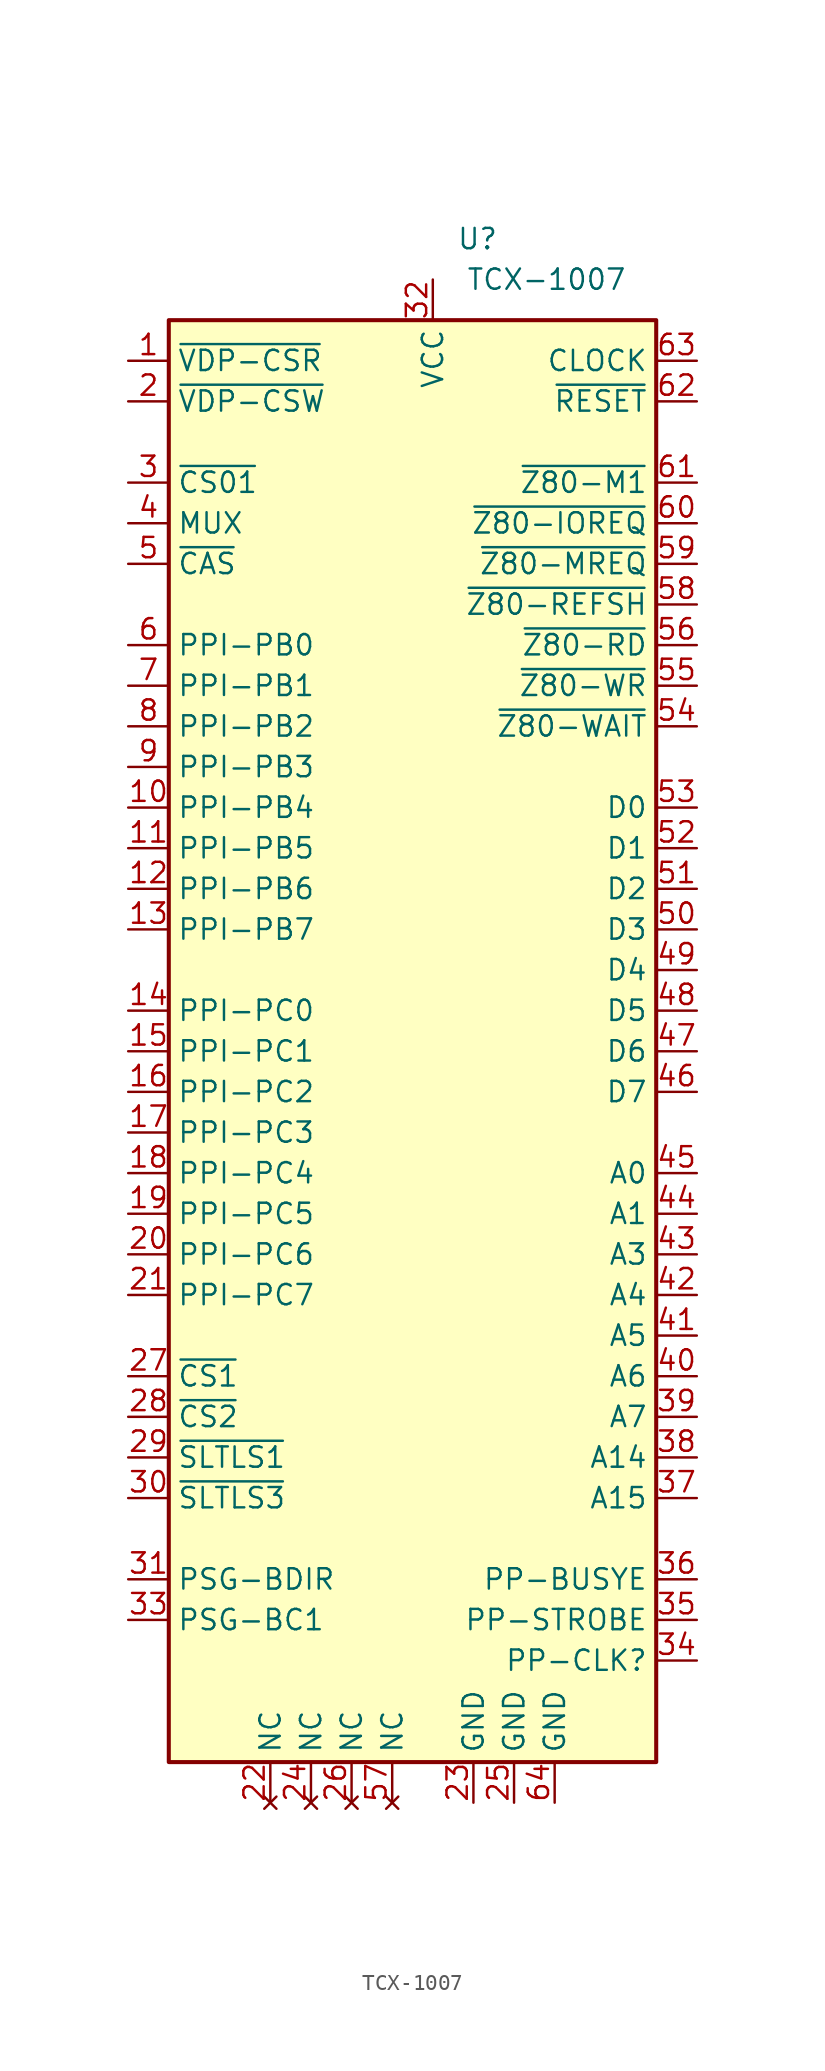
<source format=kicad_sym>
(kicad_symbol_lib
  (version 20231120)
  (generator "kicad_symbol_editor")
  (generator_version "8.0")
  (symbol "TCX-1007"
    (property "Reference" "U"
      (at 2.794 100.33 0)
      (effects (font (size 1.27 1.27))))
    (property "Value" "TCX-1007"
      (at 7.112 97.79 0)
      (effects (font (size 1.27 1.27))))
    (symbol "TCX-1007_1_1"
      (rectangle (start -16.51 95.25) (end 13.97 5.08) (stroke (width 0.254) (type default)) (fill (type background)))
      (pin output line (at -19.05 92.71 0) (length 2.54) (name "~{VDP-CSR}" (effects (font (size 1.27 1.27)))) (number "1" (effects (font (size 1.27 1.27)))))
      (pin input line (at -19.05 64.77 0) (length 2.54) (name "PPI-PB4" (effects (font (size 1.27 1.27)))) (number "10" (effects (font (size 1.27 1.27)))))
      (pin input line (at -19.05 62.23 0) (length 2.54) (name "PPI-PB5" (effects (font (size 1.27 1.27)))) (number "11" (effects (font (size 1.27 1.27)))))
      (pin input line (at -19.05 59.69 0) (length 2.54) (name "PPI-PB6" (effects (font (size 1.27 1.27)))) (number "12" (effects (font (size 1.27 1.27)))))
      (pin input line (at -19.05 57.15 0) (length 2.54) (name "PPI-PB7" (effects (font (size 1.27 1.27)))) (number "13" (effects (font (size 1.27 1.27)))))
      (pin output line (at -19.05 52.07 0) (length 2.54) (name "PPI-PC0" (effects (font (size 1.27 1.27)))) (number "14" (effects (font (size 1.27 1.27)))))
      (pin output line (at -19.05 49.53 0) (length 2.54) (name "PPI-PC1" (effects (font (size 1.27 1.27)))) (number "15" (effects (font (size 1.27 1.27)))))
      (pin output line (at -19.05 46.99 0) (length 2.54) (name "PPI-PC2" (effects (font (size 1.27 1.27)))) (number "16" (effects (font (size 1.27 1.27)))))
      (pin output line (at -19.05 44.45 0) (length 2.54) (name "PPI-PC3" (effects (font (size 1.27 1.27)))) (number "17" (effects (font (size 1.27 1.27)))))
      (pin output line (at -19.05 41.91 0) (length 2.54) (name "PPI-PC4" (effects (font (size 1.27 1.27)))) (number "18" (effects (font (size 1.27 1.27)))))
      (pin output line (at -19.05 39.37 0) (length 2.54) (name "PPI-PC5" (effects (font (size 1.27 1.27)))) (number "19" (effects (font (size 1.27 1.27)))))
      (pin output line (at -19.05 90.17 0) (length 2.54) (name "~{VDP-CSW}" (effects (font (size 1.27 1.27)))) (number "2" (effects (font (size 1.27 1.27)))))
      (pin output line (at -19.05 36.83 0) (length 2.54) (name "PPI-PC6" (effects (font (size 1.27 1.27)))) (number "20" (effects (font (size 1.27 1.27)))))
      (pin output line (at -19.05 34.29 0) (length 2.54) (name "PPI-PC7" (effects (font (size 1.27 1.27)))) (number "21" (effects (font (size 1.27 1.27)))))
      (pin no_connect line (at -10.16 2.54 90) (length 2.54) (name "NC" (effects (font (size 1.27 1.27)))) (number "22" (effects (font (size 1.27 1.27)))))
      (pin power_in line (at 2.54 2.54 90) (length 2.54) (name "GND" (effects (font (size 1.27 1.27)))) (number "23" (effects (font (size 1.27 1.27)))))
      (pin no_connect line (at -7.62 2.54 90) (length 2.54) (name "NC" (effects (font (size 1.27 1.27)))) (number "24" (effects (font (size 1.27 1.27)))))
      (pin power_in line (at 5.08 2.54 90) (length 2.54) (name "GND" (effects (font (size 1.27 1.27)))) (number "25" (effects (font (size 1.27 1.27)))))
      (pin no_connect line (at -5.08 2.54 90) (length 2.54) (name "NC" (effects (font (size 1.27 1.27)))) (number "26" (effects (font (size 1.27 1.27)))))
      (pin output line (at -19.05 29.21 0) (length 2.54) (name "~{CS1}" (effects (font (size 1.27 1.27)))) (number "27" (effects (font (size 1.27 1.27)))))
      (pin output line (at -19.05 26.67 0) (length 2.54) (name "~{CS2}" (effects (font (size 1.27 1.27)))) (number "28" (effects (font (size 1.27 1.27)))))
      (pin output line (at -19.05 24.13 0) (length 2.54) (name "~{SLTLS1}" (effects (font (size 1.27 1.27)))) (number "29" (effects (font (size 1.27 1.27)))))
      (pin output line (at -19.05 85.09 0) (length 2.54) (name "~{CS01}" (effects (font (size 1.27 1.27)))) (number "3" (effects (font (size 1.27 1.27)))))
      (pin output line (at -19.05 21.59 0) (length 2.54) (name "~{SLTLS3}" (effects (font (size 1.27 1.27)))) (number "30" (effects (font (size 1.27 1.27)))))
      (pin output line (at -19.05 16.51 0) (length 2.54) (name "PSG-BDIR" (effects (font (size 1.27 1.27)))) (number "31" (effects (font (size 1.27 1.27)))))
      (pin power_in line (at 0 97.79 270) (length 2.54) (name "VCC" (effects (font (size 1.27 1.27)))) (number "32" (effects (font (size 1.27 1.27)))))
      (pin output line (at -19.05 13.97 0) (length 2.54) (name "PSG-BC1" (effects (font (size 1.27 1.27)))) (number "33" (effects (font (size 1.27 1.27)))))
      (pin output line (at 16.51 11.43 180) (length 2.54) (name "PP-CLK?" (effects (font (size 1.27 1.27)))) (number "34" (effects (font (size 1.27 1.27)))))
      (pin output line (at 16.51 13.97 180) (length 2.54) (name "PP-STROBE" (effects (font (size 1.27 1.27)))) (number "35" (effects (font (size 1.27 1.27)))))
      (pin output line (at 16.51 16.51 180) (length 2.54) (name "PP-BUSYE" (effects (font (size 1.27 1.27)))) (number "36" (effects (font (size 1.27 1.27)))))
      (pin input line (at 16.51 21.59 180) (length 2.54) (name "A15" (effects (font (size 1.27 1.27)))) (number "37" (effects (font (size 1.27 1.27)))))
      (pin input line (at 16.51 24.13 180) (length 2.54) (name "A14" (effects (font (size 1.27 1.27)))) (number "38" (effects (font (size 1.27 1.27)))))
      (pin input line (at 16.51 26.67 180) (length 2.54) (name "A7" (effects (font (size 1.27 1.27)))) (number "39" (effects (font (size 1.27 1.27)))))
      (pin output line (at -19.05 82.55 0) (length 2.54) (name "MUX" (effects (font (size 1.27 1.27)))) (number "4" (effects (font (size 1.27 1.27)))))
      (pin input line (at 16.51 29.21 180) (length 2.54) (name "A6" (effects (font (size 1.27 1.27)))) (number "40" (effects (font (size 1.27 1.27)))))
      (pin input line (at 16.51 31.75 180) (length 2.54) (name "A5" (effects (font (size 1.27 1.27)))) (number "41" (effects (font (size 1.27 1.27)))))
      (pin input line (at 16.51 34.29 180) (length 2.54) (name "A4" (effects (font (size 1.27 1.27)))) (number "42" (effects (font (size 1.27 1.27)))))
      (pin input line (at 16.51 36.83 180) (length 2.54) (name "A3" (effects (font (size 1.27 1.27)))) (number "43" (effects (font (size 1.27 1.27)))))
      (pin input line (at 16.51 39.37 180) (length 2.54) (name "A1" (effects (font (size 1.27 1.27)))) (number "44" (effects (font (size 1.27 1.27)))))
      (pin input line (at 16.51 41.91 180) (length 2.54) (name "A0" (effects (font (size 1.27 1.27)))) (number "45" (effects (font (size 1.27 1.27)))))
      (pin bidirectional line (at 16.51 46.99 180) (length 2.54) (name "D7" (effects (font (size 1.27 1.27)))) (number "46" (effects (font (size 1.27 1.27)))))
      (pin bidirectional line (at 16.51 49.53 180) (length 2.54) (name "D6" (effects (font (size 1.27 1.27)))) (number "47" (effects (font (size 1.27 1.27)))))
      (pin bidirectional line (at 16.51 52.07 180) (length 2.54) (name "D5" (effects (font (size 1.27 1.27)))) (number "48" (effects (font (size 1.27 1.27)))))
      (pin bidirectional line (at 16.51 54.61 180) (length 2.54) (name "D4" (effects (font (size 1.27 1.27)))) (number "49" (effects (font (size 1.27 1.27)))))
      (pin output line (at -19.05 80.01 0) (length 2.54) (name "~{CAS}" (effects (font (size 1.27 1.27)))) (number "5" (effects (font (size 1.27 1.27)))))
      (pin bidirectional line (at 16.51 57.15 180) (length 2.54) (name "D3" (effects (font (size 1.27 1.27)))) (number "50" (effects (font (size 1.27 1.27)))))
      (pin bidirectional line (at 16.51 59.69 180) (length 2.54) (name "D2" (effects (font (size 1.27 1.27)))) (number "51" (effects (font (size 1.27 1.27)))))
      (pin bidirectional line (at 16.51 62.23 180) (length 2.54) (name "D1" (effects (font (size 1.27 1.27)))) (number "52" (effects (font (size 1.27 1.27)))))
      (pin bidirectional line (at 16.51 64.77 180) (length 2.54) (name "D0" (effects (font (size 1.27 1.27)))) (number "53" (effects (font (size 1.27 1.27)))))
      (pin output line (at 16.51 69.85 180) (length 2.54) (name "~{Z80-WAIT}" (effects (font (size 1.27 1.27)))) (number "54" (effects (font (size 1.27 1.27)))))
      (pin input line (at 16.51 72.39 180) (length 2.54) (name "~{Z80-WR}" (effects (font (size 1.27 1.27)))) (number "55" (effects (font (size 1.27 1.27)))))
      (pin input line (at 16.51 74.93 180) (length 2.54) (name "~{Z80-RD}" (effects (font (size 1.27 1.27)))) (number "56" (effects (font (size 1.27 1.27)))))
      (pin no_connect line (at -2.54 2.54 90) (length 2.54) (name "NC" (effects (font (size 1.27 1.27)))) (number "57" (effects (font (size 1.27 1.27)))))
      (pin input line (at 16.51 77.47 180) (length 2.54) (name "~{Z80-REFSH}" (effects (font (size 1.27 1.27)))) (number "58" (effects (font (size 1.27 1.27)))))
      (pin input line (at 16.51 80.01 180) (length 2.54) (name "~{Z80-MREQ}" (effects (font (size 1.27 1.27)))) (number "59" (effects (font (size 1.27 1.27)))))
      (pin input line (at -19.05 74.93 0) (length 2.54) (name "PPI-PB0" (effects (font (size 1.27 1.27)))) (number "6" (effects (font (size 1.27 1.27)))))
      (pin input line (at 16.51 82.55 180) (length 2.54) (name "~{Z80-IOREQ}" (effects (font (size 1.27 1.27)))) (number "60" (effects (font (size 1.27 1.27)))))
      (pin input line (at 16.51 85.09 180) (length 2.54) (name "~{Z80-M1}" (effects (font (size 1.27 1.27)))) (number "61" (effects (font (size 1.27 1.27)))))
      (pin input line (at 16.51 90.17 180) (length 2.54) (name "~{RESET}" (effects (font (size 1.27 1.27)))) (number "62" (effects (font (size 1.27 1.27)))))
      (pin input line (at 16.51 92.71 180) (length 2.54) (name "CLOCK" (effects (font (size 1.27 1.27)))) (number "63" (effects (font (size 1.27 1.27)))))
      (pin power_in line (at 7.62 2.54 90) (length 2.54) (name "GND" (effects (font (size 1.27 1.27)))) (number "64" (effects (font (size 1.27 1.27)))))
      (pin input line (at -19.05 72.39 0) (length 2.54) (name "PPI-PB1" (effects (font (size 1.27 1.27)))) (number "7" (effects (font (size 1.27 1.27)))))
      (pin input line (at -19.05 69.85 0) (length 2.54) (name "PPI-PB2" (effects (font (size 1.27 1.27)))) (number "8" (effects (font (size 1.27 1.27)))))
      (pin input line (at -19.05 67.31 0) (length 2.54) (name "PPI-PB3" (effects (font (size 1.27 1.27)))) (number "9" (effects (font (size 1.27 1.27))))))))
</source>
